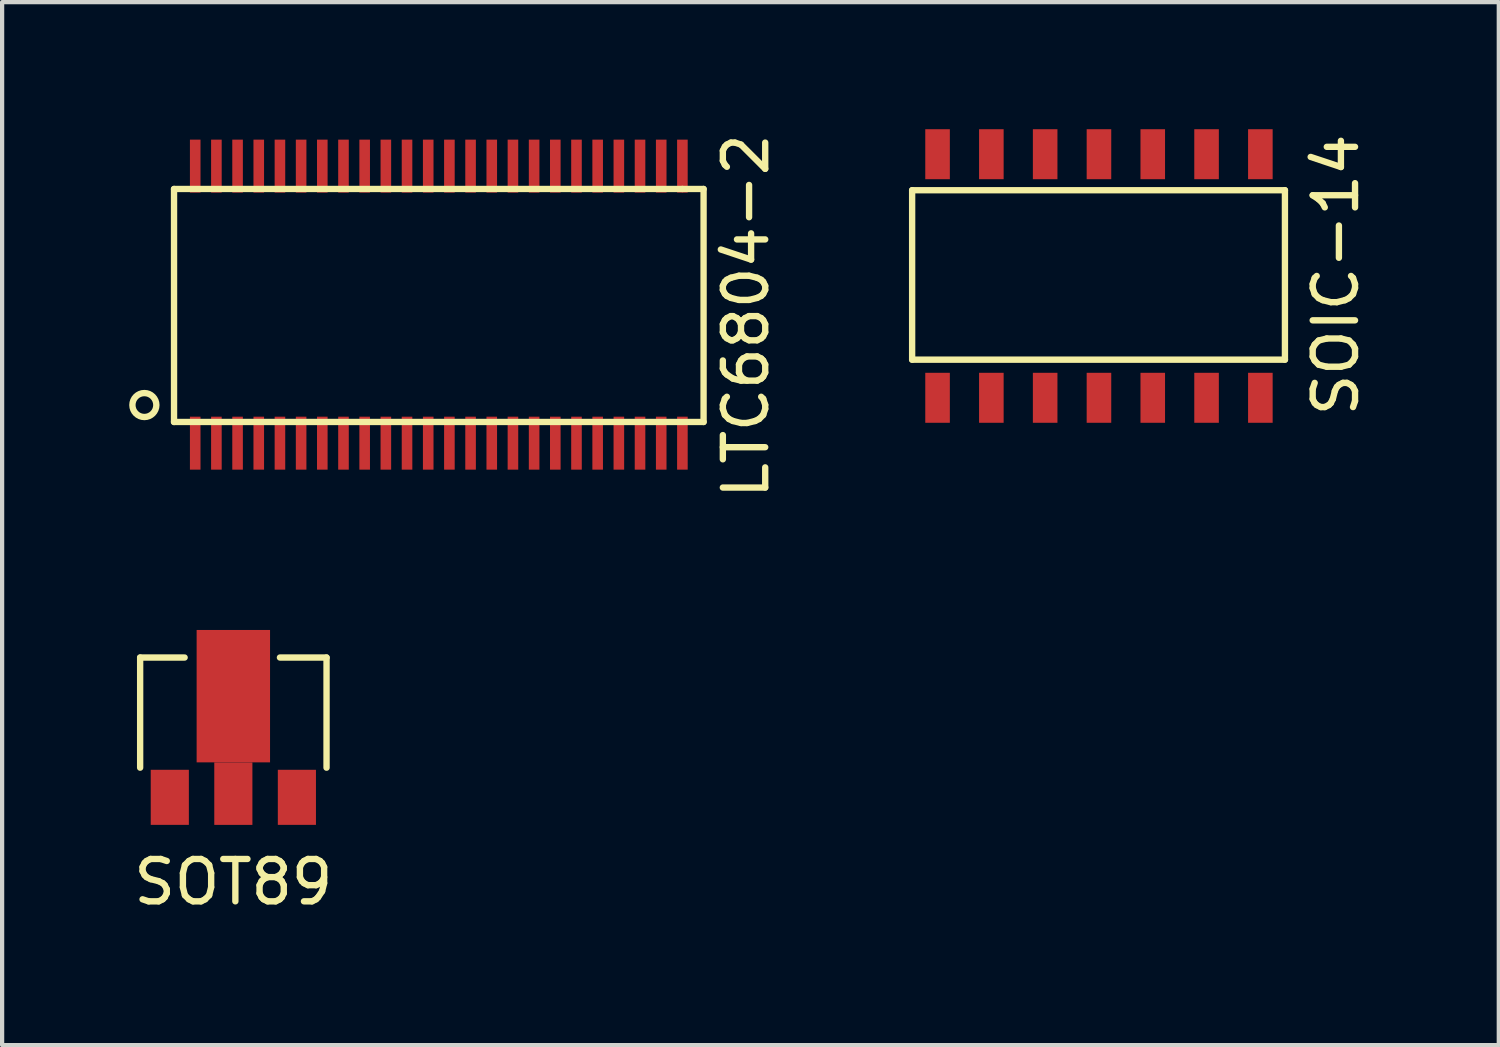
<source format=kicad_pcb>
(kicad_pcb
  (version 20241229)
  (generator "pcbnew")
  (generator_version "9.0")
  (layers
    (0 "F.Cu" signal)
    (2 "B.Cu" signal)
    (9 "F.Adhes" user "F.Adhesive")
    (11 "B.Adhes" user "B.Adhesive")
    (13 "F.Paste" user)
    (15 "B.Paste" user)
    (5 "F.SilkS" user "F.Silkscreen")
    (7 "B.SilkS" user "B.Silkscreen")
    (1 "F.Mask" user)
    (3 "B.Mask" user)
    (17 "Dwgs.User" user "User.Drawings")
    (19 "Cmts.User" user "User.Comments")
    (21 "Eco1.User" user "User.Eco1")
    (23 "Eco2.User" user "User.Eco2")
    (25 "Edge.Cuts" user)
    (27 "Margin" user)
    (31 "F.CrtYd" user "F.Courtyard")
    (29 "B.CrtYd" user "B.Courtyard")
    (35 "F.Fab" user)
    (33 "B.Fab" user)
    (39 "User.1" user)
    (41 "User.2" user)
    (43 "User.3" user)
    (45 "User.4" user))
  (footprint "LTC6804-2"
    (layer "F.Cu")
    (at 1.558 7.411)
    (property "Reference" "LTC6804-2" (at 13 -3 90) (layer "F.SilkS") (effects (font (size 1 1) (thickness 0.15))))
    (attr through_hole)
    (fp_line (start -0.5 -6) (end 11.5 -6) (stroke (width 0.15) (type solid)) (layer "F.SilkS"))
    (fp_line (start -0.5 -0.5) (end -0.5 -6) (stroke (width 0.15) (type solid)) (layer "F.SilkS"))
    (fp_line (start 11.5 -6) (end 12 -6) (stroke (width 0.15) (type solid)) (layer "F.SilkS"))
    (fp_line (start 12 -6) (end 12 -0.5) (stroke (width 0.15) (type solid)) (layer "F.SilkS"))
    (fp_line (start 12 -0.5) (end -0.5 -0.5) (stroke (width 0.15) (type solid)) (layer "F.SilkS"))
    (fp_circle (center -1.2 -0.9) (end -1 -0.7) (stroke (width 0.15) (type solid)) (fill no) (layer "F.SilkS"))
    (pad "1" smd rect (at 0 0) (size 0.25 1.25) (layers "F.Cu" "F.Mask" "F.Paste"))
    (pad "2" smd rect (at 0.5 0) (size 0.25 1.25) (layers "F.Cu" "F.Mask" "F.Paste"))
    (pad "3" smd rect (at 1 0) (size 0.25 1.25) (layers "F.Cu" "F.Mask" "F.Paste"))
    (pad "4" smd rect (at 1.5 0) (size 0.25 1.25) (layers "F.Cu" "F.Mask" "F.Paste"))
    (pad "5" smd rect (at 2 0) (size 0.25 1.25) (layers "F.Cu" "F.Mask" "F.Paste"))
    (pad "6" smd rect (at 2.5 0) (size 0.25 1.25) (layers "F.Cu" "F.Mask" "F.Paste"))
    (pad "7" smd rect (at 3 0) (size 0.25 1.25) (layers "F.Cu" "F.Mask" "F.Paste"))
    (pad "8" smd rect (at 3.5 0) (size 0.25 1.25) (layers "F.Cu" "F.Mask" "F.Paste"))
    (pad "9" smd rect (at 4 0) (size 0.25 1.25) (layers "F.Cu" "F.Mask" "F.Paste"))
    (pad "10" smd rect (at 4.5 0) (size 0.25 1.25) (layers "F.Cu" "F.Mask" "F.Paste"))
    (pad "11" smd rect (at 5 0) (size 0.25 1.25) (layers "F.Cu" "F.Mask" "F.Paste"))
    (pad "12" smd rect (at 5.5 0) (size 0.25 1.25) (layers "F.Cu" "F.Mask" "F.Paste"))
    (pad "13" smd rect (at 6 0) (size 0.25 1.25) (layers "F.Cu" "F.Mask" "F.Paste"))
    (pad "14" smd rect (at 6.5 0) (size 0.25 1.25) (layers "F.Cu" "F.Mask" "F.Paste"))
    (pad "15" smd rect (at 7 0) (size 0.25 1.25) (layers "F.Cu" "F.Mask" "F.Paste"))
    (pad "16" smd rect (at 7.5 0) (size 0.25 1.25) (layers "F.Cu" "F.Mask" "F.Paste"))
    (pad "17" smd rect (at 8 0) (size 0.25 1.25) (layers "F.Cu" "F.Mask" "F.Paste"))
    (pad "18" smd rect (at 8.5 0) (size 0.25 1.25) (layers "F.Cu" "F.Mask" "F.Paste"))
    (pad "19" smd rect (at 9 0) (size 0.25 1.25) (layers "F.Cu" "F.Mask" "F.Paste"))
    (pad "20" smd rect (at 9.5 0) (size 0.25 1.25) (layers "F.Cu" "F.Mask" "F.Paste"))
    (pad "21" smd rect (at 10 0) (size 0.25 1.25) (layers "F.Cu" "F.Mask" "F.Paste"))
    (pad "22" smd rect (at 10.5 0) (size 0.25 1.25) (layers "F.Cu" "F.Mask" "F.Paste"))
    (pad "23" smd rect (at 11 0) (size 0.25 1.25) (layers "F.Cu" "F.Mask" "F.Paste"))
    (pad "24" smd rect (at 11.5 0) (size 0.25 1.25) (layers "F.Cu" "F.Mask" "F.Paste"))
    (pad "25" smd rect (at 11.5 -6.54) (size 0.25 1.25) (layers "F.Cu" "F.Mask" "F.Paste"))
    (pad "26" smd rect (at 11 -6.54) (size 0.25 1.25) (layers "F.Cu" "F.Mask" "F.Paste"))
    (pad "27" smd rect (at 10.5 -6.54) (size 0.25 1.25) (layers "F.Cu" "F.Mask" "F.Paste"))
    (pad "28" smd rect (at 10 -6.54) (size 0.25 1.25) (layers "F.Cu" "F.Mask" "F.Paste"))
    (pad "29" smd rect (at 9.5 -6.54) (size 0.25 1.25) (layers "F.Cu" "F.Mask" "F.Paste"))
    (pad "30" smd rect (at 9 -6.54) (size 0.25 1.25) (layers "F.Cu" "F.Mask" "F.Paste"))
    (pad "31" smd rect (at 8.5 -6.54) (size 0.25 1.25) (layers "F.Cu" "F.Mask" "F.Paste"))
    (pad "32" smd rect (at 8 -6.54) (size 0.25 1.25) (layers "F.Cu" "F.Mask" "F.Paste"))
    (pad "33" smd rect (at 7.5 -6.54) (size 0.25 1.25) (layers "F.Cu" "F.Mask" "F.Paste"))
    (pad "34" smd rect (at 7 -6.54) (size 0.25 1.25) (layers "F.Cu" "F.Mask" "F.Paste"))
    (pad "35" smd rect (at 6.5 -6.54) (size 0.25 1.25) (layers "F.Cu" "F.Mask" "F.Paste"))
    (pad "36" smd rect (at 6 -6.54) (size 0.25 1.25) (layers "F.Cu" "F.Mask" "F.Paste"))
    (pad "37" smd rect (at 5.5 -6.54) (size 0.25 1.25) (layers "F.Cu" "F.Mask" "F.Paste"))
    (pad "38" smd rect (at 5 -6.54) (size 0.25 1.25) (layers "F.Cu" "F.Mask" "F.Paste"))
    (pad "39" smd rect (at 4.5 -6.54) (size 0.25 1.25) (layers "F.Cu" "F.Mask" "F.Paste"))
    (pad "40" smd rect (at 4 -6.54) (size 0.25 1.25) (layers "F.Cu" "F.Mask" "F.Paste"))
    (pad "41" smd rect (at 3.5 -6.54) (size 0.25 1.25) (layers "F.Cu" "F.Mask" "F.Paste"))
    (pad "42" smd rect (at 3 -6.54) (size 0.25 1.25) (layers "F.Cu" "F.Mask" "F.Paste"))
    (pad "43" smd rect (at 2.5 -6.54) (size 0.25 1.25) (layers "F.Cu" "F.Mask" "F.Paste"))
    (pad "44" smd rect (at 2 -6.54) (size 0.25 1.25) (layers "F.Cu" "F.Mask" "F.Paste"))
    (pad "45" smd rect (at 1.5 -6.54) (size 0.25 1.25) (layers "F.Cu" "F.Mask" "F.Paste"))
    (pad "46" smd rect (at 1 -6.54) (size 0.25 1.25) (layers "F.Cu" "F.Mask" "F.Paste"))
    (pad "47" smd rect (at 0.5 -6.54) (size 0.25 1.25) (layers "F.Cu" "F.Mask" "F.Paste"))
    (pad "48" smd rect (at 0 -6.54) (size 0.25 1.25) (layers "F.Cu" "F.Mask" "F.Paste")))
  (footprint "SOIC-14"
    (layer "F.Cu")
    (at 19.081 6.34)
    (property "Reference" "SOIC-14" (at 9.4 -2.9 90) (layer "F.SilkS") (effects (font (size 1 1) (thickness 0.15))))
    (attr through_hole)
    (fp_line (start -0.6 -4.9) (end -0.6 -0.9) (stroke (width 0.15) (type solid)) (layer "F.SilkS"))
    (fp_line (start -0.6 -0.9) (end 8.2 -0.9) (stroke (width 0.15) (type solid)) (layer "F.SilkS"))
    (fp_line (start 8.2 -4.9) (end -0.6 -4.9) (stroke (width 0.15) (type solid)) (layer "F.SilkS"))
    (fp_line (start 8.2 -0.9) (end 8.2 -4.9) (stroke (width 0.15) (type solid)) (layer "F.SilkS"))
    (pad "1" smd rect (at 0 0) (size 0.58 1.18) (layers "F.Cu" "F.Mask" "F.Paste"))
    (pad "2" smd rect (at 1.27 0) (size 0.58 1.18) (layers "F.Cu" "F.Mask" "F.Paste"))
    (pad "3" smd rect (at 2.54 0) (size 0.58 1.18) (layers "F.Cu" "F.Mask" "F.Paste"))
    (pad "4" smd rect (at 3.81 0) (size 0.58 1.18) (layers "F.Cu" "F.Mask" "F.Paste"))
    (pad "5" smd rect (at 5.08 0) (size 0.58 1.18) (layers "F.Cu" "F.Mask" "F.Paste"))
    (pad "6" smd rect (at 6.35 0) (size 0.58 1.18) (layers "F.Cu" "F.Mask" "F.Paste"))
    (pad "7" smd rect (at 7.62 0) (size 0.58 1.18) (layers "F.Cu" "F.Mask" "F.Paste"))
    (pad "8" smd rect (at 7.62 -5.75) (size 0.58 1.18) (layers "F.Cu" "F.Mask" "F.Paste"))
    (pad "9" smd rect (at 6.35 -5.75) (size 0.58 1.18) (layers "F.Cu" "F.Mask" "F.Paste"))
    (pad "10" smd rect (at 5.08 -5.75) (size 0.58 1.18) (layers "F.Cu" "F.Mask" "F.Paste"))
    (pad "11" smd rect (at 3.81 -5.75) (size 0.58 1.18) (layers "F.Cu" "F.Mask" "F.Paste"))
    (pad "12" smd rect (at 2.54 -5.75) (size 0.58 1.18) (layers "F.Cu" "F.Mask" "F.Paste"))
    (pad "13" smd rect (at 1.27 -5.75) (size 0.58 1.18) (layers "F.Cu" "F.Mask" "F.Paste"))
    (pad "14" smd rect (at 0 -5.75) (size 0.58 1.18) (layers "F.Cu" "F.Mask" "F.Paste")))
  (footprint "SOT89"
    (layer "F.Cu")
    (at 2.458 15.771)
    (property "Reference" "SOT89" (at 0 2 0) (layer "F.SilkS") (effects (font (size 1 1) (thickness 0.15))))
    (attr through_hole)
    (fp_line (start -2.2 -3.3) (end -1.15 -3.3) (stroke (width 0.15) (type solid)) (layer "F.SilkS"))
    (fp_line (start -2.2 -0.7) (end -2.2 -3.3) (stroke (width 0.15) (type solid)) (layer "F.SilkS"))
    (fp_line (start 1.1 -3.3) (end 2.2 -3.3) (stroke (width 0.15) (type solid)) (layer "F.SilkS"))
    (fp_line (start 2.2 -3.3) (end 2.2 -0.7) (stroke (width 0.15) (type solid)) (layer "F.SilkS"))
    (pad "1" smd rect (at -1.5 0) (size 0.9 1.3) (layers "F.Cu" "F.Mask" "F.Paste"))
    (pad "2" smd rect (at 0 -0.087) (size 0.9 1.475) (layers "F.Cu" "F.Mask" "F.Paste"))
    (pad "3" smd rect (at 1.5 0) (size 0.9 1.3) (layers "F.Cu" "F.Mask" "F.Paste"))
    (pad "4" smd rect (at 0 -2.388) (size 1.733 3.125) (layers "F.Cu" "F.Mask" "F.Paste")))
  (gr_rect
    (start -3 -3)
    (end 32.329 21.62)
    (stroke (width 0.1) (type default))
    (fill no)
    (layer "Edge.Cuts")))
</source>
